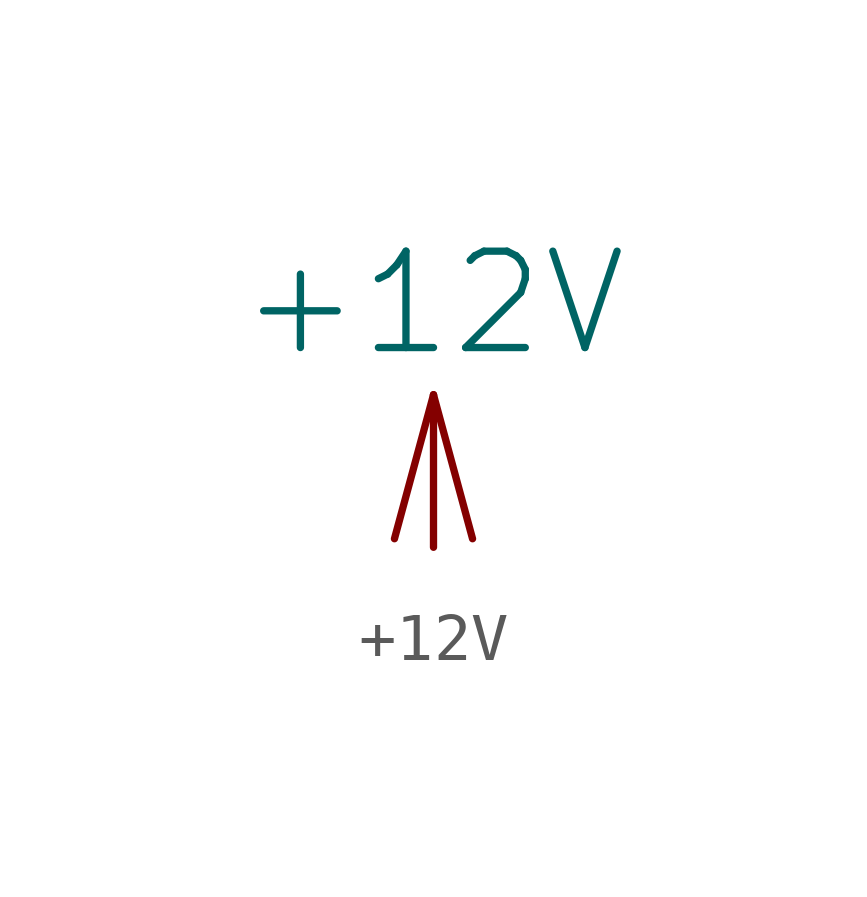
<source format=kicad_sym>
(kicad_symbol_lib
  (version 20231120)
  (generator "kicad_symbol_editor")
  (generator_version "8.0")
  (symbol "+12V"
    (power)
    (pin_numbers hide)
    (pin_names
      (offset 0) hide)
    (property "Reference" "#PWR"
      (at 0 -2.54 0)
      (effects (font (size 2.007 2.007)) (hide yes)))
    (property "Value" "+12V"
      (at 0 5.08 0)
      (effects (font (size 2.007 2.007))))
    (property "Footprint" ""
      (at 0 3.175 90)
      (effects (font (size 2.489 2.489))))
    (symbol "+12V_0_1"
      (polyline (pts (xy 0 3.175) (xy -0.813 0.178)) (stroke (width 0) (type solid)) (fill (type none)))
      (polyline (pts (xy 0 3.175) (xy 0 0)) (stroke (width 0) (type solid)) (fill (type none)))
      (polyline (pts (xy 0.813 0.178) (xy 0 3.175)) (stroke (width 0) (type solid)) (fill (type none))))
    (symbol "+12V_1_1"
      (pin power_in line (at 0 0 90) (length 0) hide (name "+12V" (effects (font (size 1.803 1.803)))) (number "1" (effects (font (size 1.803 1.803))))))))
</source>
